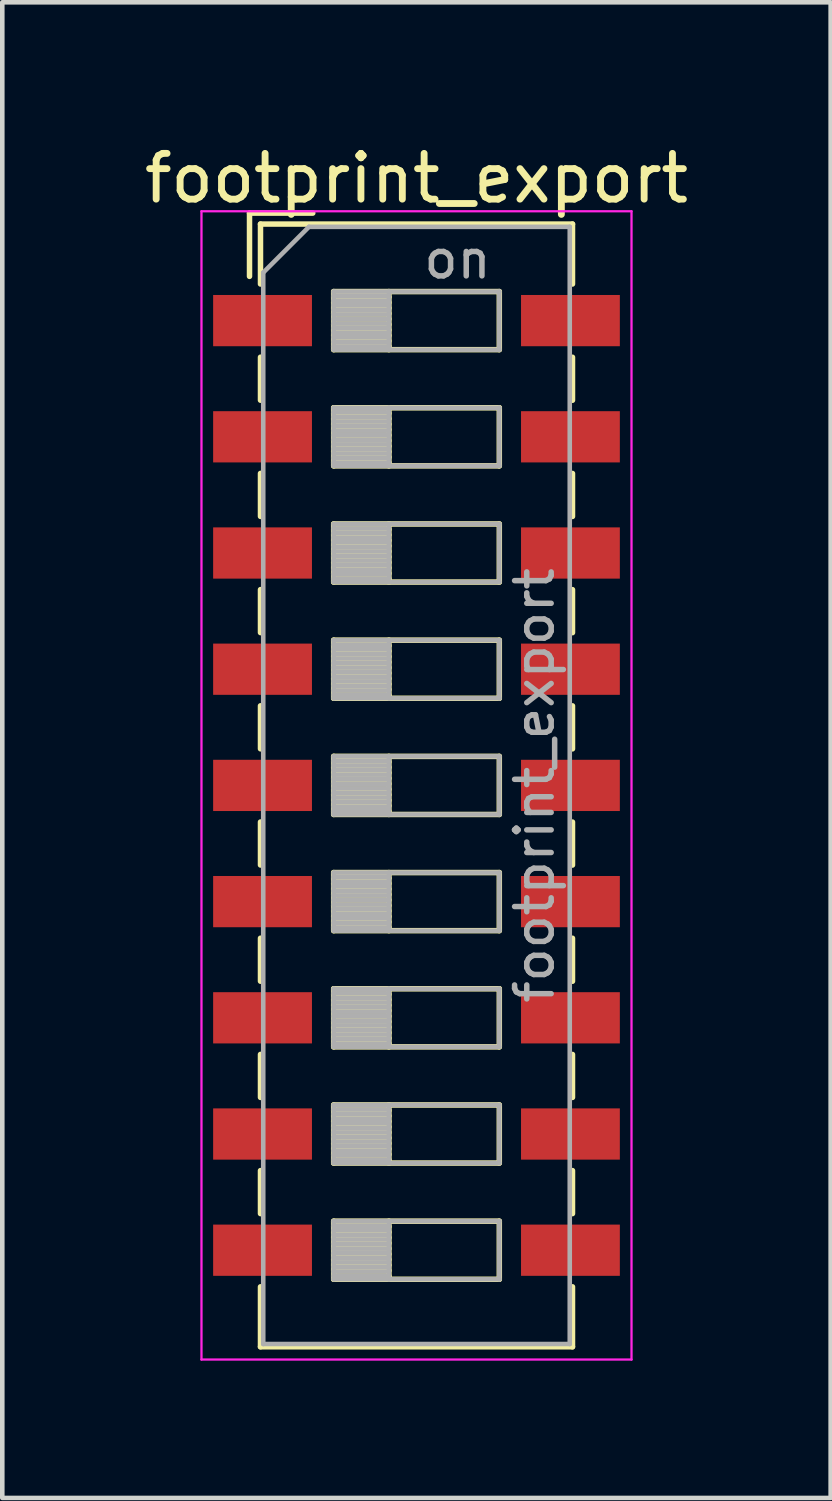
<source format=kicad_pcb>
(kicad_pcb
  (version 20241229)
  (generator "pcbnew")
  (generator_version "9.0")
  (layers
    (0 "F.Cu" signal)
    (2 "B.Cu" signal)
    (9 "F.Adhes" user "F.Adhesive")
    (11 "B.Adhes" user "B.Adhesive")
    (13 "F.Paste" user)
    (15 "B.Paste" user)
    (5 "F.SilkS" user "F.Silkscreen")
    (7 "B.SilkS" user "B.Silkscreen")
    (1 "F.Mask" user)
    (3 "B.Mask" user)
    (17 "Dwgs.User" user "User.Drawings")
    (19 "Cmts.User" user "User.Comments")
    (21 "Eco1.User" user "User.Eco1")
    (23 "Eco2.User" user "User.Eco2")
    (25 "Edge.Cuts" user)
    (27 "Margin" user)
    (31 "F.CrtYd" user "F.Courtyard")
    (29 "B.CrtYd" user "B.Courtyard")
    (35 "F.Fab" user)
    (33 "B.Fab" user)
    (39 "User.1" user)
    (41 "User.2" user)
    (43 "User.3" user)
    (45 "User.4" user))
  (footprint "footprint_export"
    (layer "F.Cu")
    (at 6.054 14.118)
    (property "Reference" "footprint_export" (at 0 -13.27 0) (layer "F.SilkS") (effects (font (size 1 1) (thickness 0.15))))
    (attr smd)
    (fp_line (start -3.65 -12.51) (end -3.65 -11.127) (stroke (width 0.12) (type solid)) (layer "F.SilkS"))
    (fp_line (start -3.65 -12.51) (end -2.267 -12.51) (stroke (width 0.12) (type solid)) (layer "F.SilkS"))
    (fp_line (start -3.41 -12.27) (end -3.41 -10.96) (stroke (width 0.12) (type solid)) (layer "F.SilkS"))
    (fp_line (start -3.41 -12.27) (end 3.41 -12.27) (stroke (width 0.12) (type solid)) (layer "F.SilkS"))
    (fp_line (start -3.41 -9.36) (end -3.41 -8.42) (stroke (width 0.12) (type solid)) (layer "F.SilkS"))
    (fp_line (start -3.41 -6.82) (end -3.41 -5.88) (stroke (width 0.12) (type solid)) (layer "F.SilkS"))
    (fp_line (start -3.41 -4.28) (end -3.41 -3.34) (stroke (width 0.12) (type solid)) (layer "F.SilkS"))
    (fp_line (start -3.41 -1.74) (end -3.41 -0.8) (stroke (width 0.12) (type solid)) (layer "F.SilkS"))
    (fp_line (start -3.41 0.8) (end -3.41 1.74) (stroke (width 0.12) (type solid)) (layer "F.SilkS"))
    (fp_line (start -3.41 3.34) (end -3.41 4.28) (stroke (width 0.12) (type solid)) (layer "F.SilkS"))
    (fp_line (start -3.41 5.88) (end -3.41 6.82) (stroke (width 0.12) (type solid)) (layer "F.SilkS"))
    (fp_line (start -3.41 8.42) (end -3.41 9.36) (stroke (width 0.12) (type solid)) (layer "F.SilkS"))
    (fp_line (start -3.41 10.96) (end -3.41 12.271) (stroke (width 0.12) (type solid)) (layer "F.SilkS"))
    (fp_line (start -3.41 12.271) (end 3.41 12.271) (stroke (width 0.12) (type solid)) (layer "F.SilkS"))
    (fp_line (start -1.81 -10.795) (end -1.81 -9.525) (stroke (width 0.12) (type solid)) (layer "F.SilkS"))
    (fp_line (start -1.81 -10.675) (end -0.603 -10.675) (stroke (width 0.12) (type solid)) (layer "F.SilkS"))
    (fp_line (start -1.81 -10.555) (end -0.603 -10.555) (stroke (width 0.12) (type solid)) (layer "F.SilkS"))
    (fp_line (start -1.81 -10.435) (end -0.603 -10.435) (stroke (width 0.12) (type solid)) (layer "F.SilkS"))
    (fp_line (start -1.81 -10.315) (end -0.603 -10.315) (stroke (width 0.12) (type solid)) (layer "F.SilkS"))
    (fp_line (start -1.81 -10.195) (end -0.603 -10.195) (stroke (width 0.12) (type solid)) (layer "F.SilkS"))
    (fp_line (start -1.81 -10.075) (end -0.603 -10.075) (stroke (width 0.12) (type solid)) (layer "F.SilkS"))
    (fp_line (start -1.81 -9.955) (end -0.603 -9.955) (stroke (width 0.12) (type solid)) (layer "F.SilkS"))
    (fp_line (start -1.81 -9.835) (end -0.603 -9.835) (stroke (width 0.12) (type solid)) (layer "F.SilkS"))
    (fp_line (start -1.81 -9.715) (end -0.603 -9.715) (stroke (width 0.12) (type solid)) (layer "F.SilkS"))
    (fp_line (start -1.81 -9.595) (end -0.603 -9.595) (stroke (width 0.12) (type solid)) (layer "F.SilkS"))
    (fp_line (start -1.81 -9.525) (end 1.81 -9.525) (stroke (width 0.12) (type solid)) (layer "F.SilkS"))
    (fp_line (start -1.81 -8.255) (end -1.81 -6.985) (stroke (width 0.12) (type solid)) (layer "F.SilkS"))
    (fp_line (start -1.81 -8.135) (end -0.603 -8.135) (stroke (width 0.12) (type solid)) (layer "F.SilkS"))
    (fp_line (start -1.81 -8.015) (end -0.603 -8.015) (stroke (width 0.12) (type solid)) (layer "F.SilkS"))
    (fp_line (start -1.81 -7.895) (end -0.603 -7.895) (stroke (width 0.12) (type solid)) (layer "F.SilkS"))
    (fp_line (start -1.81 -7.775) (end -0.603 -7.775) (stroke (width 0.12) (type solid)) (layer "F.SilkS"))
    (fp_line (start -1.81 -7.655) (end -0.603 -7.655) (stroke (width 0.12) (type solid)) (layer "F.SilkS"))
    (fp_line (start -1.81 -7.535) (end -0.603 -7.535) (stroke (width 0.12) (type solid)) (layer "F.SilkS"))
    (fp_line (start -1.81 -7.415) (end -0.603 -7.415) (stroke (width 0.12) (type solid)) (layer "F.SilkS"))
    (fp_line (start -1.81 -7.295) (end -0.603 -7.295) (stroke (width 0.12) (type solid)) (layer "F.SilkS"))
    (fp_line (start -1.81 -7.175) (end -0.603 -7.175) (stroke (width 0.12) (type solid)) (layer "F.SilkS"))
    (fp_line (start -1.81 -7.055) (end -0.603 -7.055) (stroke (width 0.12) (type solid)) (layer "F.SilkS"))
    (fp_line (start -1.81 -6.985) (end 1.81 -6.985) (stroke (width 0.12) (type solid)) (layer "F.SilkS"))
    (fp_line (start -1.81 -5.715) (end -1.81 -4.445) (stroke (width 0.12) (type solid)) (layer "F.SilkS"))
    (fp_line (start -1.81 -5.595) (end -0.603 -5.595) (stroke (width 0.12) (type solid)) (layer "F.SilkS"))
    (fp_line (start -1.81 -5.475) (end -0.603 -5.475) (stroke (width 0.12) (type solid)) (layer "F.SilkS"))
    (fp_line (start -1.81 -5.355) (end -0.603 -5.355) (stroke (width 0.12) (type solid)) (layer "F.SilkS"))
    (fp_line (start -1.81 -5.235) (end -0.603 -5.235) (stroke (width 0.12) (type solid)) (layer "F.SilkS"))
    (fp_line (start -1.81 -5.115) (end -0.603 -5.115) (stroke (width 0.12) (type solid)) (layer "F.SilkS"))
    (fp_line (start -1.81 -4.995) (end -0.603 -4.995) (stroke (width 0.12) (type solid)) (layer "F.SilkS"))
    (fp_line (start -1.81 -4.875) (end -0.603 -4.875) (stroke (width 0.12) (type solid)) (layer "F.SilkS"))
    (fp_line (start -1.81 -4.755) (end -0.603 -4.755) (stroke (width 0.12) (type solid)) (layer "F.SilkS"))
    (fp_line (start -1.81 -4.635) (end -0.603 -4.635) (stroke (width 0.12) (type solid)) (layer "F.SilkS"))
    (fp_line (start -1.81 -4.515) (end -0.603 -4.515) (stroke (width 0.12) (type solid)) (layer "F.SilkS"))
    (fp_line (start -1.81 -4.445) (end 1.81 -4.445) (stroke (width 0.12) (type solid)) (layer "F.SilkS"))
    (fp_line (start -1.81 -3.175) (end -1.81 -1.905) (stroke (width 0.12) (type solid)) (layer "F.SilkS"))
    (fp_line (start -1.81 -3.055) (end -0.603 -3.055) (stroke (width 0.12) (type solid)) (layer "F.SilkS"))
    (fp_line (start -1.81 -2.935) (end -0.603 -2.935) (stroke (width 0.12) (type solid)) (layer "F.SilkS"))
    (fp_line (start -1.81 -2.815) (end -0.603 -2.815) (stroke (width 0.12) (type solid)) (layer "F.SilkS"))
    (fp_line (start -1.81 -2.695) (end -0.603 -2.695) (stroke (width 0.12) (type solid)) (layer "F.SilkS"))
    (fp_line (start -1.81 -2.575) (end -0.603 -2.575) (stroke (width 0.12) (type solid)) (layer "F.SilkS"))
    (fp_line (start -1.81 -2.455) (end -0.603 -2.455) (stroke (width 0.12) (type solid)) (layer "F.SilkS"))
    (fp_line (start -1.81 -2.335) (end -0.603 -2.335) (stroke (width 0.12) (type solid)) (layer "F.SilkS"))
    (fp_line (start -1.81 -2.215) (end -0.603 -2.215) (stroke (width 0.12) (type solid)) (layer "F.SilkS"))
    (fp_line (start -1.81 -2.095) (end -0.603 -2.095) (stroke (width 0.12) (type solid)) (layer "F.SilkS"))
    (fp_line (start -1.81 -1.975) (end -0.603 -1.975) (stroke (width 0.12) (type solid)) (layer "F.SilkS"))
    (fp_line (start -1.81 -1.905) (end 1.81 -1.905) (stroke (width 0.12) (type solid)) (layer "F.SilkS"))
    (fp_line (start -1.81 -0.635) (end -1.81 0.635) (stroke (width 0.12) (type solid)) (layer "F.SilkS"))
    (fp_line (start -1.81 -0.515) (end -0.603 -0.515) (stroke (width 0.12) (type solid)) (layer "F.SilkS"))
    (fp_line (start -1.81 -0.395) (end -0.603 -0.395) (stroke (width 0.12) (type solid)) (layer "F.SilkS"))
    (fp_line (start -1.81 -0.275) (end -0.603 -0.275) (stroke (width 0.12) (type solid)) (layer "F.SilkS"))
    (fp_line (start -1.81 -0.155) (end -0.603 -0.155) (stroke (width 0.12) (type solid)) (layer "F.SilkS"))
    (fp_line (start -1.81 -0.035) (end -0.603 -0.035) (stroke (width 0.12) (type solid)) (layer "F.SilkS"))
    (fp_line (start -1.81 0.085) (end -0.603 0.085) (stroke (width 0.12) (type solid)) (layer "F.SilkS"))
    (fp_line (start -1.81 0.205) (end -0.603 0.205) (stroke (width 0.12) (type solid)) (layer "F.SilkS"))
    (fp_line (start -1.81 0.325) (end -0.603 0.325) (stroke (width 0.12) (type solid)) (layer "F.SilkS"))
    (fp_line (start -1.81 0.445) (end -0.603 0.445) (stroke (width 0.12) (type solid)) (layer "F.SilkS"))
    (fp_line (start -1.81 0.565) (end -0.603 0.565) (stroke (width 0.12) (type solid)) (layer "F.SilkS"))
    (fp_line (start -1.81 0.635) (end 1.81 0.635) (stroke (width 0.12) (type solid)) (layer "F.SilkS"))
    (fp_line (start -1.81 1.905) (end -1.81 3.175) (stroke (width 0.12) (type solid)) (layer "F.SilkS"))
    (fp_line (start -1.81 2.025) (end -0.603 2.025) (stroke (width 0.12) (type solid)) (layer "F.SilkS"))
    (fp_line (start -1.81 2.145) (end -0.603 2.145) (stroke (width 0.12) (type solid)) (layer "F.SilkS"))
    (fp_line (start -1.81 2.265) (end -0.603 2.265) (stroke (width 0.12) (type solid)) (layer "F.SilkS"))
    (fp_line (start -1.81 2.385) (end -0.603 2.385) (stroke (width 0.12) (type solid)) (layer "F.SilkS"))
    (fp_line (start -1.81 2.505) (end -0.603 2.505) (stroke (width 0.12) (type solid)) (layer "F.SilkS"))
    (fp_line (start -1.81 2.625) (end -0.603 2.625) (stroke (width 0.12) (type solid)) (layer "F.SilkS"))
    (fp_line (start -1.81 2.745) (end -0.603 2.745) (stroke (width 0.12) (type solid)) (layer "F.SilkS"))
    (fp_line (start -1.81 2.865) (end -0.603 2.865) (stroke (width 0.12) (type solid)) (layer "F.SilkS"))
    (fp_line (start -1.81 2.985) (end -0.603 2.985) (stroke (width 0.12) (type solid)) (layer "F.SilkS"))
    (fp_line (start -1.81 3.105) (end -0.603 3.105) (stroke (width 0.12) (type solid)) (layer "F.SilkS"))
    (fp_line (start -1.81 3.175) (end 1.81 3.175) (stroke (width 0.12) (type solid)) (layer "F.SilkS"))
    (fp_line (start -1.81 4.445) (end -1.81 5.715) (stroke (width 0.12) (type solid)) (layer "F.SilkS"))
    (fp_line (start -1.81 4.565) (end -0.603 4.565) (stroke (width 0.12) (type solid)) (layer "F.SilkS"))
    (fp_line (start -1.81 4.685) (end -0.603 4.685) (stroke (width 0.12) (type solid)) (layer "F.SilkS"))
    (fp_line (start -1.81 4.805) (end -0.603 4.805) (stroke (width 0.12) (type solid)) (layer "F.SilkS"))
    (fp_line (start -1.81 4.925) (end -0.603 4.925) (stroke (width 0.12) (type solid)) (layer "F.SilkS"))
    (fp_line (start -1.81 5.045) (end -0.603 5.045) (stroke (width 0.12) (type solid)) (layer "F.SilkS"))
    (fp_line (start -1.81 5.165) (end -0.603 5.165) (stroke (width 0.12) (type solid)) (layer "F.SilkS"))
    (fp_line (start -1.81 5.285) (end -0.603 5.285) (stroke (width 0.12) (type solid)) (layer "F.SilkS"))
    (fp_line (start -1.81 5.405) (end -0.603 5.405) (stroke (width 0.12) (type solid)) (layer "F.SilkS"))
    (fp_line (start -1.81 5.525) (end -0.603 5.525) (stroke (width 0.12) (type solid)) (layer "F.SilkS"))
    (fp_line (start -1.81 5.645) (end -0.603 5.645) (stroke (width 0.12) (type solid)) (layer "F.SilkS"))
    (fp_line (start -1.81 5.715) (end 1.81 5.715) (stroke (width 0.12) (type solid)) (layer "F.SilkS"))
    (fp_line (start -1.81 6.985) (end -1.81 8.255) (stroke (width 0.12) (type solid)) (layer "F.SilkS"))
    (fp_line (start -1.81 7.105) (end -0.603 7.105) (stroke (width 0.12) (type solid)) (layer "F.SilkS"))
    (fp_line (start -1.81 7.225) (end -0.603 7.225) (stroke (width 0.12) (type solid)) (layer "F.SilkS"))
    (fp_line (start -1.81 7.345) (end -0.603 7.345) (stroke (width 0.12) (type solid)) (layer "F.SilkS"))
    (fp_line (start -1.81 7.465) (end -0.603 7.465) (stroke (width 0.12) (type solid)) (layer "F.SilkS"))
    (fp_line (start -1.81 7.585) (end -0.603 7.585) (stroke (width 0.12) (type solid)) (layer "F.SilkS"))
    (fp_line (start -1.81 7.705) (end -0.603 7.705) (stroke (width 0.12) (type solid)) (layer "F.SilkS"))
    (fp_line (start -1.81 7.825) (end -0.603 7.825) (stroke (width 0.12) (type solid)) (layer "F.SilkS"))
    (fp_line (start -1.81 7.945) (end -0.603 7.945) (stroke (width 0.12) (type solid)) (layer "F.SilkS"))
    (fp_line (start -1.81 8.065) (end -0.603 8.065) (stroke (width 0.12) (type solid)) (layer "F.SilkS"))
    (fp_line (start -1.81 8.185) (end -0.603 8.185) (stroke (width 0.12) (type solid)) (layer "F.SilkS"))
    (fp_line (start -1.81 8.255) (end 1.81 8.255) (stroke (width 0.12) (type solid)) (layer "F.SilkS"))
    (fp_line (start -1.81 9.525) (end -1.81 10.795) (stroke (width 0.12) (type solid)) (layer "F.SilkS"))
    (fp_line (start -1.81 9.645) (end -0.603 9.645) (stroke (width 0.12) (type solid)) (layer "F.SilkS"))
    (fp_line (start -1.81 9.765) (end -0.603 9.765) (stroke (width 0.12) (type solid)) (layer "F.SilkS"))
    (fp_line (start -1.81 9.885) (end -0.603 9.885) (stroke (width 0.12) (type solid)) (layer "F.SilkS"))
    (fp_line (start -1.81 10.005) (end -0.603 10.005) (stroke (width 0.12) (type solid)) (layer "F.SilkS"))
    (fp_line (start -1.81 10.125) (end -0.603 10.125) (stroke (width 0.12) (type solid)) (layer "F.SilkS"))
    (fp_line (start -1.81 10.245) (end -0.603 10.245) (stroke (width 0.12) (type solid)) (layer "F.SilkS"))
    (fp_line (start -1.81 10.365) (end -0.603 10.365) (stroke (width 0.12) (type solid)) (layer "F.SilkS"))
    (fp_line (start -1.81 10.485) (end -0.603 10.485) (stroke (width 0.12) (type solid)) (layer "F.SilkS"))
    (fp_line (start -1.81 10.605) (end -0.603 10.605) (stroke (width 0.12) (type solid)) (layer "F.SilkS"))
    (fp_line (start -1.81 10.725) (end -0.603 10.725) (stroke (width 0.12) (type solid)) (layer "F.SilkS"))
    (fp_line (start -1.81 10.795) (end 1.81 10.795) (stroke (width 0.12) (type solid)) (layer "F.SilkS"))
    (fp_line (start -0.603 -10.795) (end -0.603 -9.525) (stroke (width 0.12) (type solid)) (layer "F.SilkS"))
    (fp_line (start -0.603 -8.255) (end -0.603 -6.985) (stroke (width 0.12) (type solid)) (layer "F.SilkS"))
    (fp_line (start -0.603 -5.715) (end -0.603 -4.445) (stroke (width 0.12) (type solid)) (layer "F.SilkS"))
    (fp_line (start -0.603 -3.175) (end -0.603 -1.905) (stroke (width 0.12) (type solid)) (layer "F.SilkS"))
    (fp_line (start -0.603 -0.635) (end -0.603 0.635) (stroke (width 0.12) (type solid)) (layer "F.SilkS"))
    (fp_line (start -0.603 1.905) (end -0.603 3.175) (stroke (width 0.12) (type solid)) (layer "F.SilkS"))
    (fp_line (start -0.603 4.445) (end -0.603 5.715) (stroke (width 0.12) (type solid)) (layer "F.SilkS"))
    (fp_line (start -0.603 6.985) (end -0.603 8.255) (stroke (width 0.12) (type solid)) (layer "F.SilkS"))
    (fp_line (start -0.603 9.525) (end -0.603 10.795) (stroke (width 0.12) (type solid)) (layer "F.SilkS"))
    (fp_line (start 1.81 -10.795) (end -1.81 -10.795) (stroke (width 0.12) (type solid)) (layer "F.SilkS"))
    (fp_line (start 1.81 -9.525) (end 1.81 -10.795) (stroke (width 0.12) (type solid)) (layer "F.SilkS"))
    (fp_line (start 1.81 -8.255) (end -1.81 -8.255) (stroke (width 0.12) (type solid)) (layer "F.SilkS"))
    (fp_line (start 1.81 -6.985) (end 1.81 -8.255) (stroke (width 0.12) (type solid)) (layer "F.SilkS"))
    (fp_line (start 1.81 -5.715) (end -1.81 -5.715) (stroke (width 0.12) (type solid)) (layer "F.SilkS"))
    (fp_line (start 1.81 -4.445) (end 1.81 -5.715) (stroke (width 0.12) (type solid)) (layer "F.SilkS"))
    (fp_line (start 1.81 -3.175) (end -1.81 -3.175) (stroke (width 0.12) (type solid)) (layer "F.SilkS"))
    (fp_line (start 1.81 -1.905) (end 1.81 -3.175) (stroke (width 0.12) (type solid)) (layer "F.SilkS"))
    (fp_line (start 1.81 -0.635) (end -1.81 -0.635) (stroke (width 0.12) (type solid)) (layer "F.SilkS"))
    (fp_line (start 1.81 0.635) (end 1.81 -0.635) (stroke (width 0.12) (type solid)) (layer "F.SilkS"))
    (fp_line (start 1.81 1.905) (end -1.81 1.905) (stroke (width 0.12) (type solid)) (layer "F.SilkS"))
    (fp_line (start 1.81 3.175) (end 1.81 1.905) (stroke (width 0.12) (type solid)) (layer "F.SilkS"))
    (fp_line (start 1.81 4.445) (end -1.81 4.445) (stroke (width 0.12) (type solid)) (layer "F.SilkS"))
    (fp_line (start 1.81 5.715) (end 1.81 4.445) (stroke (width 0.12) (type solid)) (layer "F.SilkS"))
    (fp_line (start 1.81 6.985) (end -1.81 6.985) (stroke (width 0.12) (type solid)) (layer "F.SilkS"))
    (fp_line (start 1.81 8.255) (end 1.81 6.985) (stroke (width 0.12) (type solid)) (layer "F.SilkS"))
    (fp_line (start 1.81 9.525) (end -1.81 9.525) (stroke (width 0.12) (type solid)) (layer "F.SilkS"))
    (fp_line (start 1.81 10.795) (end 1.81 9.525) (stroke (width 0.12) (type solid)) (layer "F.SilkS"))
    (fp_line (start 3.41 -12.27) (end 3.41 -10.96) (stroke (width 0.12) (type solid)) (layer "F.SilkS"))
    (fp_line (start 3.41 -9.359) (end 3.41 -8.419) (stroke (width 0.12) (type solid)) (layer "F.SilkS"))
    (fp_line (start 3.41 -6.819) (end 3.41 -5.879) (stroke (width 0.12) (type solid)) (layer "F.SilkS"))
    (fp_line (start 3.41 -4.279) (end 3.41 -3.339) (stroke (width 0.12) (type solid)) (layer "F.SilkS"))
    (fp_line (start 3.41 -1.739) (end 3.41 -0.799) (stroke (width 0.12) (type solid)) (layer "F.SilkS"))
    (fp_line (start 3.41 0.801) (end 3.41 1.741) (stroke (width 0.12) (type solid)) (layer "F.SilkS"))
    (fp_line (start 3.41 3.341) (end 3.41 4.281) (stroke (width 0.12) (type solid)) (layer "F.SilkS"))
    (fp_line (start 3.41 5.881) (end 3.41 6.82) (stroke (width 0.12) (type solid)) (layer "F.SilkS"))
    (fp_line (start 3.41 8.42) (end 3.41 9.36) (stroke (width 0.12) (type solid)) (layer "F.SilkS"))
    (fp_line (start 3.41 10.96) (end 3.41 12.271) (stroke (width 0.12) (type solid)) (layer "F.SilkS"))
    (fp_line (start -4.7 -12.55) (end -4.7 12.55) (stroke (width 0.05) (type solid)) (layer "F.CrtYd"))
    (fp_line (start -4.7 12.55) (end 4.7 12.55) (stroke (width 0.05) (type solid)) (layer "F.CrtYd"))
    (fp_line (start 4.7 -12.55) (end -4.7 -12.55) (stroke (width 0.05) (type solid)) (layer "F.CrtYd"))
    (fp_line (start 4.7 12.55) (end 4.7 -12.55) (stroke (width 0.05) (type solid)) (layer "F.CrtYd"))
    (fp_line (start -3.35 -11.21) (end -2.35 -12.21) (stroke (width 0.1) (type solid)) (layer "F.Fab"))
    (fp_line (start -3.35 12.21) (end -3.35 -11.21) (stroke (width 0.1) (type solid)) (layer "F.Fab"))
    (fp_line (start -2.35 -12.21) (end 3.35 -12.21) (stroke (width 0.1) (type solid)) (layer "F.Fab"))
    (fp_line (start -1.81 -10.795) (end -1.81 -9.525) (stroke (width 0.1) (type solid)) (layer "F.Fab"))
    (fp_line (start -1.81 -10.695) (end -0.603 -10.695) (stroke (width 0.1) (type solid)) (layer "F.Fab"))
    (fp_line (start -1.81 -10.595) (end -0.603 -10.595) (stroke (width 0.1) (type solid)) (layer "F.Fab"))
    (fp_line (start -1.81 -10.495) (end -0.603 -10.495) (stroke (width 0.1) (type solid)) (layer "F.Fab"))
    (fp_line (start -1.81 -10.395) (end -0.603 -10.395) (stroke (width 0.1) (type solid)) (layer "F.Fab"))
    (fp_line (start -1.81 -10.295) (end -0.603 -10.295) (stroke (width 0.1) (type solid)) (layer "F.Fab"))
    (fp_line (start -1.81 -10.195) (end -0.603 -10.195) (stroke (width 0.1) (type solid)) (layer "F.Fab"))
    (fp_line (start -1.81 -10.095) (end -0.603 -10.095) (stroke (width 0.1) (type solid)) (layer "F.Fab"))
    (fp_line (start -1.81 -9.995) (end -0.603 -9.995) (stroke (width 0.1) (type solid)) (layer "F.Fab"))
    (fp_line (start -1.81 -9.895) (end -0.603 -9.895) (stroke (width 0.1) (type solid)) (layer "F.Fab"))
    (fp_line (start -1.81 -9.795) (end -0.603 -9.795) (stroke (width 0.1) (type solid)) (layer "F.Fab"))
    (fp_line (start -1.81 -9.695) (end -0.603 -9.695) (stroke (width 0.1) (type solid)) (layer "F.Fab"))
    (fp_line (start -1.81 -9.595) (end -0.603 -9.595) (stroke (width 0.1) (type solid)) (layer "F.Fab"))
    (fp_line (start -1.81 -9.525) (end 1.81 -9.525) (stroke (width 0.1) (type solid)) (layer "F.Fab"))
    (fp_line (start -1.81 -8.255) (end -1.81 -6.985) (stroke (width 0.1) (type solid)) (layer "F.Fab"))
    (fp_line (start -1.81 -8.155) (end -0.603 -8.155) (stroke (width 0.1) (type solid)) (layer "F.Fab"))
    (fp_line (start -1.81 -8.055) (end -0.603 -8.055) (stroke (width 0.1) (type solid)) (layer "F.Fab"))
    (fp_line (start -1.81 -7.955) (end -0.603 -7.955) (stroke (width 0.1) (type solid)) (layer "F.Fab"))
    (fp_line (start -1.81 -7.855) (end -0.603 -7.855) (stroke (width 0.1) (type solid)) (layer "F.Fab"))
    (fp_line (start -1.81 -7.755) (end -0.603 -7.755) (stroke (width 0.1) (type solid)) (layer "F.Fab"))
    (fp_line (start -1.81 -7.655) (end -0.603 -7.655) (stroke (width 0.1) (type solid)) (layer "F.Fab"))
    (fp_line (start -1.81 -7.555) (end -0.603 -7.555) (stroke (width 0.1) (type solid)) (layer "F.Fab"))
    (fp_line (start -1.81 -7.455) (end -0.603 -7.455) (stroke (width 0.1) (type solid)) (layer "F.Fab"))
    (fp_line (start -1.81 -7.355) (end -0.603 -7.355) (stroke (width 0.1) (type solid)) (layer "F.Fab"))
    (fp_line (start -1.81 -7.255) (end -0.603 -7.255) (stroke (width 0.1) (type solid)) (layer "F.Fab"))
    (fp_line (start -1.81 -7.155) (end -0.603 -7.155) (stroke (width 0.1) (type solid)) (layer "F.Fab"))
    (fp_line (start -1.81 -7.055) (end -0.603 -7.055) (stroke (width 0.1) (type solid)) (layer "F.Fab"))
    (fp_line (start -1.81 -6.985) (end 1.81 -6.985) (stroke (width 0.1) (type solid)) (layer "F.Fab"))
    (fp_line (start -1.81 -5.715) (end -1.81 -4.445) (stroke (width 0.1) (type solid)) (layer "F.Fab"))
    (fp_line (start -1.81 -5.615) (end -0.603 -5.615) (stroke (width 0.1) (type solid)) (layer "F.Fab"))
    (fp_line (start -1.81 -5.515) (end -0.603 -5.515) (stroke (width 0.1) (type solid)) (layer "F.Fab"))
    (fp_line (start -1.81 -5.415) (end -0.603 -5.415) (stroke (width 0.1) (type solid)) (layer "F.Fab"))
    (fp_line (start -1.81 -5.315) (end -0.603 -5.315) (stroke (width 0.1) (type solid)) (layer "F.Fab"))
    (fp_line (start -1.81 -5.215) (end -0.603 -5.215) (stroke (width 0.1) (type solid)) (layer "F.Fab"))
    (fp_line (start -1.81 -5.115) (end -0.603 -5.115) (stroke (width 0.1) (type solid)) (layer "F.Fab"))
    (fp_line (start -1.81 -5.015) (end -0.603 -5.015) (stroke (width 0.1) (type solid)) (layer "F.Fab"))
    (fp_line (start -1.81 -4.915) (end -0.603 -4.915) (stroke (width 0.1) (type solid)) (layer "F.Fab"))
    (fp_line (start -1.81 -4.815) (end -0.603 -4.815) (stroke (width 0.1) (type solid)) (layer "F.Fab"))
    (fp_line (start -1.81 -4.715) (end -0.603 -4.715) (stroke (width 0.1) (type solid)) (layer "F.Fab"))
    (fp_line (start -1.81 -4.615) (end -0.603 -4.615) (stroke (width 0.1) (type solid)) (layer "F.Fab"))
    (fp_line (start -1.81 -4.515) (end -0.603 -4.515) (stroke (width 0.1) (type solid)) (layer "F.Fab"))
    (fp_line (start -1.81 -4.445) (end 1.81 -4.445) (stroke (width 0.1) (type solid)) (layer "F.Fab"))
    (fp_line (start -1.81 -3.175) (end -1.81 -1.905) (stroke (width 0.1) (type solid)) (layer "F.Fab"))
    (fp_line (start -1.81 -3.075) (end -0.603 -3.075) (stroke (width 0.1) (type solid)) (layer "F.Fab"))
    (fp_line (start -1.81 -2.975) (end -0.603 -2.975) (stroke (width 0.1) (type solid)) (layer "F.Fab"))
    (fp_line (start -1.81 -2.875) (end -0.603 -2.875) (stroke (width 0.1) (type solid)) (layer "F.Fab"))
    (fp_line (start -1.81 -2.775) (end -0.603 -2.775) (stroke (width 0.1) (type solid)) (layer "F.Fab"))
    (fp_line (start -1.81 -2.675) (end -0.603 -2.675) (stroke (width 0.1) (type solid)) (layer "F.Fab"))
    (fp_line (start -1.81 -2.575) (end -0.603 -2.575) (stroke (width 0.1) (type solid)) (layer "F.Fab"))
    (fp_line (start -1.81 -2.475) (end -0.603 -2.475) (stroke (width 0.1) (type solid)) (layer "F.Fab"))
    (fp_line (start -1.81 -2.375) (end -0.603 -2.375) (stroke (width 0.1) (type solid)) (layer "F.Fab"))
    (fp_line (start -1.81 -2.275) (end -0.603 -2.275) (stroke (width 0.1) (type solid)) (layer "F.Fab"))
    (fp_line (start -1.81 -2.175) (end -0.603 -2.175) (stroke (width 0.1) (type solid)) (layer "F.Fab"))
    (fp_line (start -1.81 -2.075) (end -0.603 -2.075) (stroke (width 0.1) (type solid)) (layer "F.Fab"))
    (fp_line (start -1.81 -1.975) (end -0.603 -1.975) (stroke (width 0.1) (type solid)) (layer "F.Fab"))
    (fp_line (start -1.81 -1.905) (end 1.81 -1.905) (stroke (width 0.1) (type solid)) (layer "F.Fab"))
    (fp_line (start -1.81 -0.635) (end -1.81 0.635) (stroke (width 0.1) (type solid)) (layer "F.Fab"))
    (fp_line (start -1.81 -0.535) (end -0.603 -0.535) (stroke (width 0.1) (type solid)) (layer "F.Fab"))
    (fp_line (start -1.81 -0.435) (end -0.603 -0.435) (stroke (width 0.1) (type solid)) (layer "F.Fab"))
    (fp_line (start -1.81 -0.335) (end -0.603 -0.335) (stroke (width 0.1) (type solid)) (layer "F.Fab"))
    (fp_line (start -1.81 -0.235) (end -0.603 -0.235) (stroke (width 0.1) (type solid)) (layer "F.Fab"))
    (fp_line (start -1.81 -0.135) (end -0.603 -0.135) (stroke (width 0.1) (type solid)) (layer "F.Fab"))
    (fp_line (start -1.81 -0.035) (end -0.603 -0.035) (stroke (width 0.1) (type solid)) (layer "F.Fab"))
    (fp_line (start -1.81 0.065) (end -0.603 0.065) (stroke (width 0.1) (type solid)) (layer "F.Fab"))
    (fp_line (start -1.81 0.165) (end -0.603 0.165) (stroke (width 0.1) (type solid)) (layer "F.Fab"))
    (fp_line (start -1.81 0.265) (end -0.603 0.265) (stroke (width 0.1) (type solid)) (layer "F.Fab"))
    (fp_line (start -1.81 0.365) (end -0.603 0.365) (stroke (width 0.1) (type solid)) (layer "F.Fab"))
    (fp_line (start -1.81 0.465) (end -0.603 0.465) (stroke (width 0.1) (type solid)) (layer "F.Fab"))
    (fp_line (start -1.81 0.565) (end -0.603 0.565) (stroke (width 0.1) (type solid)) (layer "F.Fab"))
    (fp_line (start -1.81 0.635) (end 1.81 0.635) (stroke (width 0.1) (type solid)) (layer "F.Fab"))
    (fp_line (start -1.81 1.905) (end -1.81 3.175) (stroke (width 0.1) (type solid)) (layer "F.Fab"))
    (fp_line (start -1.81 2.005) (end -0.603 2.005) (stroke (width 0.1) (type solid)) (layer "F.Fab"))
    (fp_line (start -1.81 2.105) (end -0.603 2.105) (stroke (width 0.1) (type solid)) (layer "F.Fab"))
    (fp_line (start -1.81 2.205) (end -0.603 2.205) (stroke (width 0.1) (type solid)) (layer "F.Fab"))
    (fp_line (start -1.81 2.305) (end -0.603 2.305) (stroke (width 0.1) (type solid)) (layer "F.Fab"))
    (fp_line (start -1.81 2.405) (end -0.603 2.405) (stroke (width 0.1) (type solid)) (layer "F.Fab"))
    (fp_line (start -1.81 2.505) (end -0.603 2.505) (stroke (width 0.1) (type solid)) (layer "F.Fab"))
    (fp_line (start -1.81 2.605) (end -0.603 2.605) (stroke (width 0.1) (type solid)) (layer "F.Fab"))
    (fp_line (start -1.81 2.705) (end -0.603 2.705) (stroke (width 0.1) (type solid)) (layer "F.Fab"))
    (fp_line (start -1.81 2.805) (end -0.603 2.805) (stroke (width 0.1) (type solid)) (layer "F.Fab"))
    (fp_line (start -1.81 2.905) (end -0.603 2.905) (stroke (width 0.1) (type solid)) (layer "F.Fab"))
    (fp_line (start -1.81 3.005) (end -0.603 3.005) (stroke (width 0.1) (type solid)) (layer "F.Fab"))
    (fp_line (start -1.81 3.105) (end -0.603 3.105) (stroke (width 0.1) (type solid)) (layer "F.Fab"))
    (fp_line (start -1.81 3.175) (end 1.81 3.175) (stroke (width 0.1) (type solid)) (layer "F.Fab"))
    (fp_line (start -1.81 4.445) (end -1.81 5.715) (stroke (width 0.1) (type solid)) (layer "F.Fab"))
    (fp_line (start -1.81 4.545) (end -0.603 4.545) (stroke (width 0.1) (type solid)) (layer "F.Fab"))
    (fp_line (start -1.81 4.645) (end -0.603 4.645) (stroke (width 0.1) (type solid)) (layer "F.Fab"))
    (fp_line (start -1.81 4.745) (end -0.603 4.745) (stroke (width 0.1) (type solid)) (layer "F.Fab"))
    (fp_line (start -1.81 4.845) (end -0.603 4.845) (stroke (width 0.1) (type solid)) (layer "F.Fab"))
    (fp_line (start -1.81 4.945) (end -0.603 4.945) (stroke (width 0.1) (type solid)) (layer "F.Fab"))
    (fp_line (start -1.81 5.045) (end -0.603 5.045) (stroke (width 0.1) (type solid)) (layer "F.Fab"))
    (fp_line (start -1.81 5.145) (end -0.603 5.145) (stroke (width 0.1) (type solid)) (layer "F.Fab"))
    (fp_line (start -1.81 5.245) (end -0.603 5.245) (stroke (width 0.1) (type solid)) (layer "F.Fab"))
    (fp_line (start -1.81 5.345) (end -0.603 5.345) (stroke (width 0.1) (type solid)) (layer "F.Fab"))
    (fp_line (start -1.81 5.445) (end -0.603 5.445) (stroke (width 0.1) (type solid)) (layer "F.Fab"))
    (fp_line (start -1.81 5.545) (end -0.603 5.545) (stroke (width 0.1) (type solid)) (layer "F.Fab"))
    (fp_line (start -1.81 5.645) (end -0.603 5.645) (stroke (width 0.1) (type solid)) (layer "F.Fab"))
    (fp_line (start -1.81 5.715) (end 1.81 5.715) (stroke (width 0.1) (type solid)) (layer "F.Fab"))
    (fp_line (start -1.81 6.985) (end -1.81 8.255) (stroke (width 0.1) (type solid)) (layer "F.Fab"))
    (fp_line (start -1.81 7.085) (end -0.603 7.085) (stroke (width 0.1) (type solid)) (layer "F.Fab"))
    (fp_line (start -1.81 7.185) (end -0.603 7.185) (stroke (width 0.1) (type solid)) (layer "F.Fab"))
    (fp_line (start -1.81 7.285) (end -0.603 7.285) (stroke (width 0.1) (type solid)) (layer "F.Fab"))
    (fp_line (start -1.81 7.385) (end -0.603 7.385) (stroke (width 0.1) (type solid)) (layer "F.Fab"))
    (fp_line (start -1.81 7.485) (end -0.603 7.485) (stroke (width 0.1) (type solid)) (layer "F.Fab"))
    (fp_line (start -1.81 7.585) (end -0.603 7.585) (stroke (width 0.1) (type solid)) (layer "F.Fab"))
    (fp_line (start -1.81 7.685) (end -0.603 7.685) (stroke (width 0.1) (type solid)) (layer "F.Fab"))
    (fp_line (start -1.81 7.785) (end -0.603 7.785) (stroke (width 0.1) (type solid)) (layer "F.Fab"))
    (fp_line (start -1.81 7.885) (end -0.603 7.885) (stroke (width 0.1) (type solid)) (layer "F.Fab"))
    (fp_line (start -1.81 7.985) (end -0.603 7.985) (stroke (width 0.1) (type solid)) (layer "F.Fab"))
    (fp_line (start -1.81 8.085) (end -0.603 8.085) (stroke (width 0.1) (type solid)) (layer "F.Fab"))
    (fp_line (start -1.81 8.185) (end -0.603 8.185) (stroke (width 0.1) (type solid)) (layer "F.Fab"))
    (fp_line (start -1.81 8.255) (end 1.81 8.255) (stroke (width 0.1) (type solid)) (layer "F.Fab"))
    (fp_line (start -1.81 9.525) (end -1.81 10.795) (stroke (width 0.1) (type solid)) (layer "F.Fab"))
    (fp_line (start -1.81 9.625) (end -0.603 9.625) (stroke (width 0.1) (type solid)) (layer "F.Fab"))
    (fp_line (start -1.81 9.725) (end -0.603 9.725) (stroke (width 0.1) (type solid)) (layer "F.Fab"))
    (fp_line (start -1.81 9.825) (end -0.603 9.825) (stroke (width 0.1) (type solid)) (layer "F.Fab"))
    (fp_line (start -1.81 9.925) (end -0.603 9.925) (stroke (width 0.1) (type solid)) (layer "F.Fab"))
    (fp_line (start -1.81 10.025) (end -0.603 10.025) (stroke (width 0.1) (type solid)) (layer "F.Fab"))
    (fp_line (start -1.81 10.125) (end -0.603 10.125) (stroke (width 0.1) (type solid)) (layer "F.Fab"))
    (fp_line (start -1.81 10.225) (end -0.603 10.225) (stroke (width 0.1) (type solid)) (layer "F.Fab"))
    (fp_line (start -1.81 10.325) (end -0.603 10.325) (stroke (width 0.1) (type solid)) (layer "F.Fab"))
    (fp_line (start -1.81 10.425) (end -0.603 10.425) (stroke (width 0.1) (type solid)) (layer "F.Fab"))
    (fp_line (start -1.81 10.525) (end -0.603 10.525) (stroke (width 0.1) (type solid)) (layer "F.Fab"))
    (fp_line (start -1.81 10.625) (end -0.603 10.625) (stroke (width 0.1) (type solid)) (layer "F.Fab"))
    (fp_line (start -1.81 10.725) (end -0.603 10.725) (stroke (width 0.1) (type solid)) (layer "F.Fab"))
    (fp_line (start -1.81 10.795) (end 1.81 10.795) (stroke (width 0.1) (type solid)) (layer "F.Fab"))
    (fp_line (start -0.603 -10.795) (end -0.603 -9.525) (stroke (width 0.1) (type solid)) (layer "F.Fab"))
    (fp_line (start -0.603 -8.255) (end -0.603 -6.985) (stroke (width 0.1) (type solid)) (layer "F.Fab"))
    (fp_line (start -0.603 -5.715) (end -0.603 -4.445) (stroke (width 0.1) (type solid)) (layer "F.Fab"))
    (fp_line (start -0.603 -3.175) (end -0.603 -1.905) (stroke (width 0.1) (type solid)) (layer "F.Fab"))
    (fp_line (start -0.603 -0.635) (end -0.603 0.635) (stroke (width 0.1) (type solid)) (layer "F.Fab"))
    (fp_line (start -0.603 1.905) (end -0.603 3.175) (stroke (width 0.1) (type solid)) (layer "F.Fab"))
    (fp_line (start -0.603 4.445) (end -0.603 5.715) (stroke (width 0.1) (type solid)) (layer "F.Fab"))
    (fp_line (start -0.603 6.985) (end -0.603 8.255) (stroke (width 0.1) (type solid)) (layer "F.Fab"))
    (fp_line (start -0.603 9.525) (end -0.603 10.795) (stroke (width 0.1) (type solid)) (layer "F.Fab"))
    (fp_line (start 1.81 -10.795) (end -1.81 -10.795) (stroke (width 0.1) (type solid)) (layer "F.Fab"))
    (fp_line (start 1.81 -9.525) (end 1.81 -10.795) (stroke (width 0.1) (type solid)) (layer "F.Fab"))
    (fp_line (start 1.81 -8.255) (end -1.81 -8.255) (stroke (width 0.1) (type solid)) (layer "F.Fab"))
    (fp_line (start 1.81 -6.985) (end 1.81 -8.255) (stroke (width 0.1) (type solid)) (layer "F.Fab"))
    (fp_line (start 1.81 -5.715) (end -1.81 -5.715) (stroke (width 0.1) (type solid)) (layer "F.Fab"))
    (fp_line (start 1.81 -4.445) (end 1.81 -5.715) (stroke (width 0.1) (type solid)) (layer "F.Fab"))
    (fp_line (start 1.81 -3.175) (end -1.81 -3.175) (stroke (width 0.1) (type solid)) (layer "F.Fab"))
    (fp_line (start 1.81 -1.905) (end 1.81 -3.175) (stroke (width 0.1) (type solid)) (layer "F.Fab"))
    (fp_line (start 1.81 -0.635) (end -1.81 -0.635) (stroke (width 0.1) (type solid)) (layer "F.Fab"))
    (fp_line (start 1.81 0.635) (end 1.81 -0.635) (stroke (width 0.1) (type solid)) (layer "F.Fab"))
    (fp_line (start 1.81 1.905) (end -1.81 1.905) (stroke (width 0.1) (type solid)) (layer "F.Fab"))
    (fp_line (start 1.81 3.175) (end 1.81 1.905) (stroke (width 0.1) (type solid)) (layer "F.Fab"))
    (fp_line (start 1.81 4.445) (end -1.81 4.445) (stroke (width 0.1) (type solid)) (layer "F.Fab"))
    (fp_line (start 1.81 5.715) (end 1.81 4.445) (stroke (width 0.1) (type solid)) (layer "F.Fab"))
    (fp_line (start 1.81 6.985) (end -1.81 6.985) (stroke (width 0.1) (type solid)) (layer "F.Fab"))
    (fp_line (start 1.81 8.255) (end 1.81 6.985) (stroke (width 0.1) (type solid)) (layer "F.Fab"))
    (fp_line (start 1.81 9.525) (end -1.81 9.525) (stroke (width 0.1) (type solid)) (layer "F.Fab"))
    (fp_line (start 1.81 10.795) (end 1.81 9.525) (stroke (width 0.1) (type solid)) (layer "F.Fab"))
    (fp_line (start 3.35 -12.21) (end 3.35 12.21) (stroke (width 0.1) (type solid)) (layer "F.Fab"))
    (fp_line (start 3.35 12.21) (end -3.35 12.21) (stroke (width 0.1) (type solid)) (layer "F.Fab"))
    (fp_text user "${REFERENCE}" (at 2.58 0 90) (layer "F.Fab") (effects (font (size 0.8 0.8) (thickness 0.12))))
    (fp_text user "on" (at 0.897 -11.502 0) (layer "F.Fab") (effects (font (size 0.8 0.8) (thickness 0.12))))
    (pad "1" smd rect (at -3.365 -10.16) (size 2.16 1.12) (layers "F.Cu" "F.Mask" "F.Paste"))
    (pad "2" smd rect (at -3.365 -7.62) (size 2.16 1.12) (layers "F.Cu" "F.Mask" "F.Paste"))
    (pad "3" smd rect (at -3.365 -5.08) (size 2.16 1.12) (layers "F.Cu" "F.Mask" "F.Paste"))
    (pad "4" smd rect (at -3.365 -2.54) (size 2.16 1.12) (layers "F.Cu" "F.Mask" "F.Paste"))
    (pad "5" smd rect (at -3.365 0) (size 2.16 1.12) (layers "F.Cu" "F.Mask" "F.Paste"))
    (pad "6" smd rect (at -3.365 2.54) (size 2.16 1.12) (layers "F.Cu" "F.Mask" "F.Paste"))
    (pad "7" smd rect (at -3.365 5.08) (size 2.16 1.12) (layers "F.Cu" "F.Mask" "F.Paste"))
    (pad "8" smd rect (at -3.365 7.62) (size 2.16 1.12) (layers "F.Cu" "F.Mask" "F.Paste"))
    (pad "9" smd rect (at -3.365 10.16) (size 2.16 1.12) (layers "F.Cu" "F.Mask" "F.Paste"))
    (pad "10" smd rect (at 3.365 10.16) (size 2.16 1.12) (layers "F.Cu" "F.Mask" "F.Paste"))
    (pad "11" smd rect (at 3.365 7.62) (size 2.16 1.12) (layers "F.Cu" "F.Mask" "F.Paste"))
    (pad "12" smd rect (at 3.365 5.08) (size 2.16 1.12) (layers "F.Cu" "F.Mask" "F.Paste"))
    (pad "13" smd rect (at 3.365 2.54) (size 2.16 1.12) (layers "F.Cu" "F.Mask" "F.Paste"))
    (pad "14" smd rect (at 3.365 0) (size 2.16 1.12) (layers "F.Cu" "F.Mask" "F.Paste"))
    (pad "15" smd rect (at 3.365 -2.54) (size 2.16 1.12) (layers "F.Cu" "F.Mask" "F.Paste"))
    (pad "16" smd rect (at 3.365 -5.08) (size 2.16 1.12) (layers "F.Cu" "F.Mask" "F.Paste"))
    (pad "17" smd rect (at 3.365 -7.62) (size 2.16 1.12) (layers "F.Cu" "F.Mask" "F.Paste"))
    (pad "18" smd rect (at 3.365 -10.16) (size 2.16 1.12) (layers "F.Cu" "F.Mask" "F.Paste")))
  (gr_rect
    (start -3 -3)
    (end 15.107 29.693)
    (stroke (width 0.1) (type default))
    (fill no)
    (layer "Edge.Cuts")))
</source>
